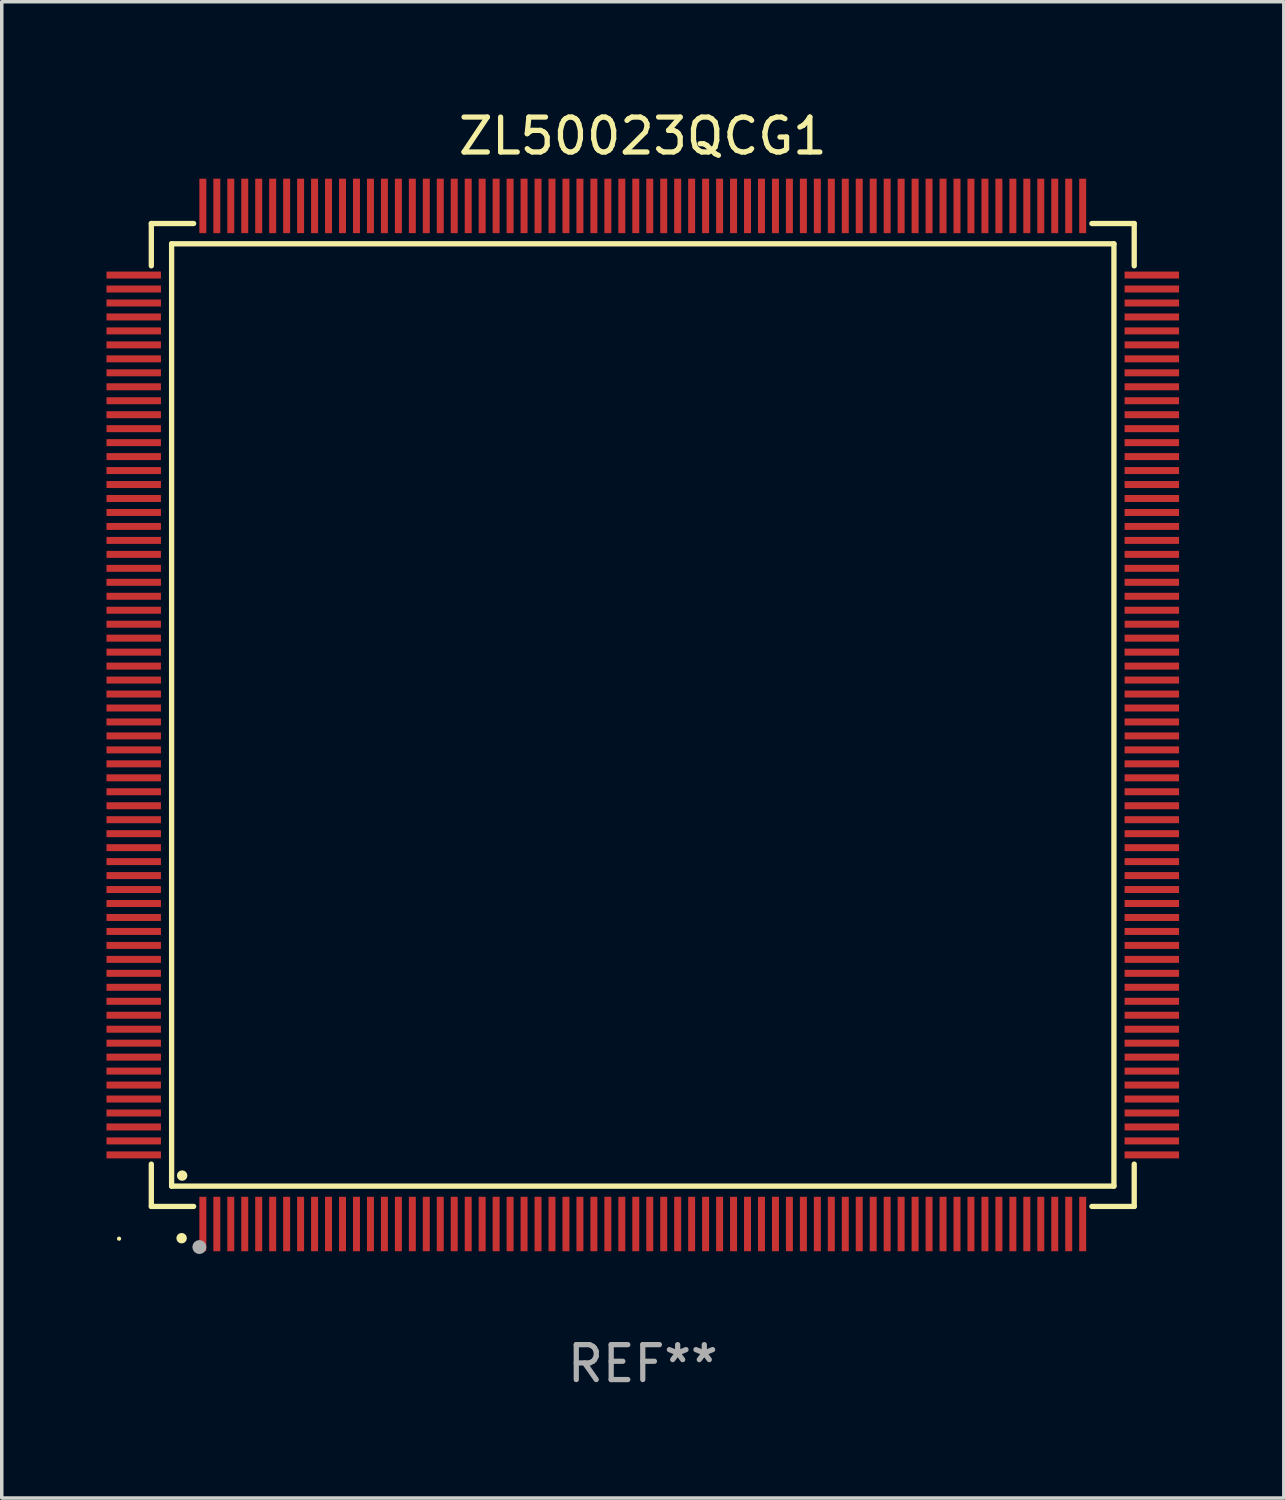
<source format=kicad_pcb>
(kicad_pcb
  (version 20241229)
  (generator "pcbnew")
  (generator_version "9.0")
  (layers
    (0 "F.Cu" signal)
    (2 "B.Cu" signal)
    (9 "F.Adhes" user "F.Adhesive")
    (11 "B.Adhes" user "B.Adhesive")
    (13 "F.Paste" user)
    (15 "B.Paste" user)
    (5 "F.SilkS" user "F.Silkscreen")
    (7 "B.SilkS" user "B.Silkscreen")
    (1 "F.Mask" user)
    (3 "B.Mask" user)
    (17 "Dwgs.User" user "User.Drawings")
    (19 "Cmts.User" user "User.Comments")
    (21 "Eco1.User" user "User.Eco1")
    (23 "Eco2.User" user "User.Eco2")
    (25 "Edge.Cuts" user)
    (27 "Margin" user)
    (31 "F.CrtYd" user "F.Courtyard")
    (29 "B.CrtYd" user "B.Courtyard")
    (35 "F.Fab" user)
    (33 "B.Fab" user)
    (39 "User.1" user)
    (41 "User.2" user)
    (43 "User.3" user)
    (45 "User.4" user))
  (footprint "ZL50023QCG1"
    (layer "F.Cu")
    (at 15.36 17.428)
    (property "Reference" "ZL50023QCG1" (at 0 -16.58 0) (layer "F.SilkS") (effects (font (size 1 1) (thickness 0.15))))
    (attr through_hole)
    (fp_line (start -14.076 -14.076) (end -14.076 -12.864) (stroke (width 0.152) (type solid)) (layer "F.SilkS"))
    (fp_line (start -14.076 14.076) (end -14.076 12.864) (stroke (width 0.152) (type solid)) (layer "F.SilkS"))
    (fp_line (start -13.495 -13.495) (end 13.495 -13.495) (stroke (width 0.152) (type solid)) (layer "F.SilkS"))
    (fp_line (start -13.495 13.495) (end -13.495 -13.495) (stroke (width 0.152) (type solid)) (layer "F.SilkS"))
    (fp_line (start -12.864 -14.076) (end -14.076 -14.076) (stroke (width 0.152) (type solid)) (layer "F.SilkS"))
    (fp_line (start -12.864 14.076) (end -14.076 14.076) (stroke (width 0.152) (type solid)) (layer "F.SilkS"))
    (fp_line (start 12.864 -14.076) (end 14.076 -14.076) (stroke (width 0.152) (type solid)) (layer "F.SilkS"))
    (fp_line (start 12.864 14.076) (end 14.076 14.076) (stroke (width 0.152) (type solid)) (layer "F.SilkS"))
    (fp_line (start 13.495 -13.495) (end 13.495 13.495) (stroke (width 0.152) (type solid)) (layer "F.SilkS"))
    (fp_line (start 13.495 13.495) (end -13.495 13.495) (stroke (width 0.152) (type solid)) (layer "F.SilkS"))
    (fp_line (start 14.076 -14.076) (end 14.076 -12.864) (stroke (width 0.152) (type solid)) (layer "F.SilkS"))
    (fp_line (start 14.076 14.076) (end 14.076 12.864) (stroke (width 0.152) (type solid)) (layer "F.SilkS"))
    (fp_circle (center -15 15) (end -14.97 15) (stroke (width 0.06) (type solid)) (fill no) (layer "F.SilkS"))
    (fp_circle (center -13.208 14.986) (end -13.133 14.986) (stroke (width 0.15) (type solid)) (fill no) (layer "F.SilkS"))
    (fp_circle (center -13.193 13.193) (end -13.118 13.193) (stroke (width 0.15) (type solid)) (fill no) (layer "F.SilkS"))
    (fp_circle (center -12.7 15.24) (end -12.6 15.24) (stroke (width 0.2) (type solid)) (fill no) (layer "F.Fab"))
    (fp_text user "REF**" (at 0 18.58 0) (layer "F.Fab") (effects (font (size 1 1) (thickness 0.15))))
    (pad "1" smd rect (at -12.6 14.58) (size 0.2 1.56) (layers "F.Cu" "F.Mask" "F.Paste"))
    (pad "2" smd rect (at -12.2 14.58) (size 0.2 1.56) (layers "F.Cu" "F.Mask" "F.Paste"))
    (pad "3" smd rect (at -11.8 14.58) (size 0.2 1.56) (layers "F.Cu" "F.Mask" "F.Paste"))
    (pad "4" smd rect (at -11.4 14.58) (size 0.2 1.56) (layers "F.Cu" "F.Mask" "F.Paste"))
    (pad "5" smd rect (at -11 14.58) (size 0.2 1.56) (layers "F.Cu" "F.Mask" "F.Paste"))
    (pad "6" smd rect (at -10.6 14.58) (size 0.2 1.56) (layers "F.Cu" "F.Mask" "F.Paste"))
    (pad "7" smd rect (at -10.2 14.58) (size 0.2 1.56) (layers "F.Cu" "F.Mask" "F.Paste"))
    (pad "8" smd rect (at -9.8 14.58) (size 0.2 1.56) (layers "F.Cu" "F.Mask" "F.Paste"))
    (pad "9" smd rect (at -9.4 14.58) (size 0.2 1.56) (layers "F.Cu" "F.Mask" "F.Paste"))
    (pad "10" smd rect (at -9 14.58) (size 0.2 1.56) (layers "F.Cu" "F.Mask" "F.Paste"))
    (pad "11" smd rect (at -8.6 14.58) (size 0.2 1.56) (layers "F.Cu" "F.Mask" "F.Paste"))
    (pad "12" smd rect (at -8.2 14.58) (size 0.2 1.56) (layers "F.Cu" "F.Mask" "F.Paste"))
    (pad "13" smd rect (at -7.8 14.58) (size 0.2 1.56) (layers "F.Cu" "F.Mask" "F.Paste"))
    (pad "14" smd rect (at -7.4 14.58) (size 0.2 1.56) (layers "F.Cu" "F.Mask" "F.Paste"))
    (pad "15" smd rect (at -7 14.58) (size 0.2 1.56) (layers "F.Cu" "F.Mask" "F.Paste"))
    (pad "16" smd rect (at -6.6 14.58) (size 0.2 1.56) (layers "F.Cu" "F.Mask" "F.Paste"))
    (pad "17" smd rect (at -6.2 14.58) (size 0.2 1.56) (layers "F.Cu" "F.Mask" "F.Paste"))
    (pad "18" smd rect (at -5.8 14.58) (size 0.2 1.56) (layers "F.Cu" "F.Mask" "F.Paste"))
    (pad "19" smd rect (at -5.4 14.58) (size 0.2 1.56) (layers "F.Cu" "F.Mask" "F.Paste"))
    (pad "20" smd rect (at -5 14.58) (size 0.2 1.56) (layers "F.Cu" "F.Mask" "F.Paste"))
    (pad "21" smd rect (at -4.6 14.58) (size 0.2 1.56) (layers "F.Cu" "F.Mask" "F.Paste"))
    (pad "22" smd rect (at -4.2 14.58) (size 0.2 1.56) (layers "F.Cu" "F.Mask" "F.Paste"))
    (pad "23" smd rect (at -3.8 14.58) (size 0.2 1.56) (layers "F.Cu" "F.Mask" "F.Paste"))
    (pad "24" smd rect (at -3.4 14.58) (size 0.2 1.56) (layers "F.Cu" "F.Mask" "F.Paste"))
    (pad "25" smd rect (at -3 14.58) (size 0.2 1.56) (layers "F.Cu" "F.Mask" "F.Paste"))
    (pad "26" smd rect (at -2.6 14.58) (size 0.2 1.56) (layers "F.Cu" "F.Mask" "F.Paste"))
    (pad "27" smd rect (at -2.2 14.58) (size 0.2 1.56) (layers "F.Cu" "F.Mask" "F.Paste"))
    (pad "28" smd rect (at -1.8 14.58) (size 0.2 1.56) (layers "F.Cu" "F.Mask" "F.Paste"))
    (pad "29" smd rect (at -1.4 14.58) (size 0.2 1.56) (layers "F.Cu" "F.Mask" "F.Paste"))
    (pad "30" smd rect (at -1 14.58) (size 0.2 1.56) (layers "F.Cu" "F.Mask" "F.Paste"))
    (pad "31" smd rect (at -0.6 14.58) (size 0.2 1.56) (layers "F.Cu" "F.Mask" "F.Paste"))
    (pad "32" smd rect (at -0.2 14.58) (size 0.2 1.56) (layers "F.Cu" "F.Mask" "F.Paste"))
    (pad "33" smd rect (at 0.2 14.58) (size 0.2 1.56) (layers "F.Cu" "F.Mask" "F.Paste"))
    (pad "34" smd rect (at 0.6 14.58) (size 0.2 1.56) (layers "F.Cu" "F.Mask" "F.Paste"))
    (pad "35" smd rect (at 1 14.58) (size 0.2 1.56) (layers "F.Cu" "F.Mask" "F.Paste"))
    (pad "36" smd rect (at 1.4 14.58) (size 0.2 1.56) (layers "F.Cu" "F.Mask" "F.Paste"))
    (pad "37" smd rect (at 1.8 14.58) (size 0.2 1.56) (layers "F.Cu" "F.Mask" "F.Paste"))
    (pad "38" smd rect (at 2.2 14.58) (size 0.2 1.56) (layers "F.Cu" "F.Mask" "F.Paste"))
    (pad "39" smd rect (at 2.6 14.58) (size 0.2 1.56) (layers "F.Cu" "F.Mask" "F.Paste"))
    (pad "40" smd rect (at 3 14.58) (size 0.2 1.56) (layers "F.Cu" "F.Mask" "F.Paste"))
    (pad "41" smd rect (at 3.4 14.58) (size 0.2 1.56) (layers "F.Cu" "F.Mask" "F.Paste"))
    (pad "42" smd rect (at 3.8 14.58) (size 0.2 1.56) (layers "F.Cu" "F.Mask" "F.Paste"))
    (pad "43" smd rect (at 4.2 14.58) (size 0.2 1.56) (layers "F.Cu" "F.Mask" "F.Paste"))
    (pad "44" smd rect (at 4.6 14.58) (size 0.2 1.56) (layers "F.Cu" "F.Mask" "F.Paste"))
    (pad "45" smd rect (at 5 14.58) (size 0.2 1.56) (layers "F.Cu" "F.Mask" "F.Paste"))
    (pad "46" smd rect (at 5.4 14.58) (size 0.2 1.56) (layers "F.Cu" "F.Mask" "F.Paste"))
    (pad "47" smd rect (at 5.8 14.58) (size 0.2 1.56) (layers "F.Cu" "F.Mask" "F.Paste"))
    (pad "48" smd rect (at 6.2 14.58) (size 0.2 1.56) (layers "F.Cu" "F.Mask" "F.Paste"))
    (pad "49" smd rect (at 6.6 14.58) (size 0.2 1.56) (layers "F.Cu" "F.Mask" "F.Paste"))
    (pad "50" smd rect (at 7 14.58) (size 0.2 1.56) (layers "F.Cu" "F.Mask" "F.Paste"))
    (pad "51" smd rect (at 7.4 14.58) (size 0.2 1.56) (layers "F.Cu" "F.Mask" "F.Paste"))
    (pad "52" smd rect (at 7.8 14.58) (size 0.2 1.56) (layers "F.Cu" "F.Mask" "F.Paste"))
    (pad "53" smd rect (at 8.2 14.58) (size 0.2 1.56) (layers "F.Cu" "F.Mask" "F.Paste"))
    (pad "54" smd rect (at 8.6 14.58) (size 0.2 1.56) (layers "F.Cu" "F.Mask" "F.Paste"))
    (pad "55" smd rect (at 9 14.58) (size 0.2 1.56) (layers "F.Cu" "F.Mask" "F.Paste"))
    (pad "56" smd rect (at 9.4 14.58) (size 0.2 1.56) (layers "F.Cu" "F.Mask" "F.Paste"))
    (pad "57" smd rect (at 9.8 14.58) (size 0.2 1.56) (layers "F.Cu" "F.Mask" "F.Paste"))
    (pad "58" smd rect (at 10.2 14.58) (size 0.2 1.56) (layers "F.Cu" "F.Mask" "F.Paste"))
    (pad "59" smd rect (at 10.6 14.58) (size 0.2 1.56) (layers "F.Cu" "F.Mask" "F.Paste"))
    (pad "60" smd rect (at 11 14.58) (size 0.2 1.56) (layers "F.Cu" "F.Mask" "F.Paste"))
    (pad "61" smd rect (at 11.4 14.58) (size 0.2 1.56) (layers "F.Cu" "F.Mask" "F.Paste"))
    (pad "62" smd rect (at 11.8 14.58) (size 0.2 1.56) (layers "F.Cu" "F.Mask" "F.Paste"))
    (pad "63" smd rect (at 12.2 14.58) (size 0.2 1.56) (layers "F.Cu" "F.Mask" "F.Paste"))
    (pad "64" smd rect (at 12.6 14.58) (size 0.2 1.56) (layers "F.Cu" "F.Mask" "F.Paste"))
    (pad "65" smd rect (at 14.58 12.6) (size 1.56 0.2) (layers "F.Cu" "F.Mask" "F.Paste"))
    (pad "66" smd rect (at 14.58 12.2) (size 1.56 0.2) (layers "F.Cu" "F.Mask" "F.Paste"))
    (pad "67" smd rect (at 14.58 11.8) (size 1.56 0.2) (layers "F.Cu" "F.Mask" "F.Paste"))
    (pad "68" smd rect (at 14.58 11.4) (size 1.56 0.2) (layers "F.Cu" "F.Mask" "F.Paste"))
    (pad "69" smd rect (at 14.58 11) (size 1.56 0.2) (layers "F.Cu" "F.Mask" "F.Paste"))
    (pad "70" smd rect (at 14.58 10.6) (size 1.56 0.2) (layers "F.Cu" "F.Mask" "F.Paste"))
    (pad "71" smd rect (at 14.58 10.2) (size 1.56 0.2) (layers "F.Cu" "F.Mask" "F.Paste"))
    (pad "72" smd rect (at 14.58 9.8) (size 1.56 0.2) (layers "F.Cu" "F.Mask" "F.Paste"))
    (pad "73" smd rect (at 14.58 9.4) (size 1.56 0.2) (layers "F.Cu" "F.Mask" "F.Paste"))
    (pad "74" smd rect (at 14.58 9) (size 1.56 0.2) (layers "F.Cu" "F.Mask" "F.Paste"))
    (pad "75" smd rect (at 14.58 8.6) (size 1.56 0.2) (layers "F.Cu" "F.Mask" "F.Paste"))
    (pad "76" smd rect (at 14.58 8.2) (size 1.56 0.2) (layers "F.Cu" "F.Mask" "F.Paste"))
    (pad "77" smd rect (at 14.58 7.8) (size 1.56 0.2) (layers "F.Cu" "F.Mask" "F.Paste"))
    (pad "78" smd rect (at 14.58 7.4) (size 1.56 0.2) (layers "F.Cu" "F.Mask" "F.Paste"))
    (pad "79" smd rect (at 14.58 7) (size 1.56 0.2) (layers "F.Cu" "F.Mask" "F.Paste"))
    (pad "80" smd rect (at 14.58 6.6) (size 1.56 0.2) (layers "F.Cu" "F.Mask" "F.Paste"))
    (pad "81" smd rect (at 14.58 6.2) (size 1.56 0.2) (layers "F.Cu" "F.Mask" "F.Paste"))
    (pad "82" smd rect (at 14.58 5.8) (size 1.56 0.2) (layers "F.Cu" "F.Mask" "F.Paste"))
    (pad "83" smd rect (at 14.58 5.4) (size 1.56 0.2) (layers "F.Cu" "F.Mask" "F.Paste"))
    (pad "84" smd rect (at 14.58 5) (size 1.56 0.2) (layers "F.Cu" "F.Mask" "F.Paste"))
    (pad "85" smd rect (at 14.58 4.6) (size 1.56 0.2) (layers "F.Cu" "F.Mask" "F.Paste"))
    (pad "86" smd rect (at 14.58 4.2) (size 1.56 0.2) (layers "F.Cu" "F.Mask" "F.Paste"))
    (pad "87" smd rect (at 14.58 3.8) (size 1.56 0.2) (layers "F.Cu" "F.Mask" "F.Paste"))
    (pad "88" smd rect (at 14.58 3.4) (size 1.56 0.2) (layers "F.Cu" "F.Mask" "F.Paste"))
    (pad "89" smd rect (at 14.58 3) (size 1.56 0.2) (layers "F.Cu" "F.Mask" "F.Paste"))
    (pad "90" smd rect (at 14.58 2.6) (size 1.56 0.2) (layers "F.Cu" "F.Mask" "F.Paste"))
    (pad "91" smd rect (at 14.58 2.2) (size 1.56 0.2) (layers "F.Cu" "F.Mask" "F.Paste"))
    (pad "92" smd rect (at 14.58 1.8) (size 1.56 0.2) (layers "F.Cu" "F.Mask" "F.Paste"))
    (pad "93" smd rect (at 14.58 1.4) (size 1.56 0.2) (layers "F.Cu" "F.Mask" "F.Paste"))
    (pad "94" smd rect (at 14.58 1) (size 1.56 0.2) (layers "F.Cu" "F.Mask" "F.Paste"))
    (pad "95" smd rect (at 14.58 0.6) (size 1.56 0.2) (layers "F.Cu" "F.Mask" "F.Paste"))
    (pad "96" smd rect (at 14.58 0.2) (size 1.56 0.2) (layers "F.Cu" "F.Mask" "F.Paste"))
    (pad "97" smd rect (at 14.58 -0.2) (size 1.56 0.2) (layers "F.Cu" "F.Mask" "F.Paste"))
    (pad "98" smd rect (at 14.58 -0.6) (size 1.56 0.2) (layers "F.Cu" "F.Mask" "F.Paste"))
    (pad "99" smd rect (at 14.58 -1) (size 1.56 0.2) (layers "F.Cu" "F.Mask" "F.Paste"))
    (pad "100" smd rect (at 14.58 -1.4) (size 1.56 0.2) (layers "F.Cu" "F.Mask" "F.Paste"))
    (pad "101" smd rect (at 14.58 -1.8) (size 1.56 0.2) (layers "F.Cu" "F.Mask" "F.Paste"))
    (pad "102" smd rect (at 14.58 -2.2) (size 1.56 0.2) (layers "F.Cu" "F.Mask" "F.Paste"))
    (pad "103" smd rect (at 14.58 -2.6) (size 1.56 0.2) (layers "F.Cu" "F.Mask" "F.Paste"))
    (pad "104" smd rect (at 14.58 -3) (size 1.56 0.2) (layers "F.Cu" "F.Mask" "F.Paste"))
    (pad "105" smd rect (at 14.58 -3.4) (size 1.56 0.2) (layers "F.Cu" "F.Mask" "F.Paste"))
    (pad "106" smd rect (at 14.58 -3.8) (size 1.56 0.2) (layers "F.Cu" "F.Mask" "F.Paste"))
    (pad "107" smd rect (at 14.58 -4.2) (size 1.56 0.2) (layers "F.Cu" "F.Mask" "F.Paste"))
    (pad "108" smd rect (at 14.58 -4.6) (size 1.56 0.2) (layers "F.Cu" "F.Mask" "F.Paste"))
    (pad "109" smd rect (at 14.58 -5) (size 1.56 0.2) (layers "F.Cu" "F.Mask" "F.Paste"))
    (pad "110" smd rect (at 14.58 -5.4) (size 1.56 0.2) (layers "F.Cu" "F.Mask" "F.Paste"))
    (pad "111" smd rect (at 14.58 -5.8) (size 1.56 0.2) (layers "F.Cu" "F.Mask" "F.Paste"))
    (pad "112" smd rect (at 14.58 -6.2) (size 1.56 0.2) (layers "F.Cu" "F.Mask" "F.Paste"))
    (pad "113" smd rect (at 14.58 -6.6) (size 1.56 0.2) (layers "F.Cu" "F.Mask" "F.Paste"))
    (pad "114" smd rect (at 14.58 -7) (size 1.56 0.2) (layers "F.Cu" "F.Mask" "F.Paste"))
    (pad "115" smd rect (at 14.58 -7.4) (size 1.56 0.2) (layers "F.Cu" "F.Mask" "F.Paste"))
    (pad "116" smd rect (at 14.58 -7.8) (size 1.56 0.2) (layers "F.Cu" "F.Mask" "F.Paste"))
    (pad "117" smd rect (at 14.58 -8.2) (size 1.56 0.2) (layers "F.Cu" "F.Mask" "F.Paste"))
    (pad "118" smd rect (at 14.58 -8.6) (size 1.56 0.2) (layers "F.Cu" "F.Mask" "F.Paste"))
    (pad "119" smd rect (at 14.58 -9) (size 1.56 0.2) (layers "F.Cu" "F.Mask" "F.Paste"))
    (pad "120" smd rect (at 14.58 -9.4) (size 1.56 0.2) (layers "F.Cu" "F.Mask" "F.Paste"))
    (pad "121" smd rect (at 14.58 -9.8) (size 1.56 0.2) (layers "F.Cu" "F.Mask" "F.Paste"))
    (pad "122" smd rect (at 14.58 -10.2) (size 1.56 0.2) (layers "F.Cu" "F.Mask" "F.Paste"))
    (pad "123" smd rect (at 14.58 -10.6) (size 1.56 0.2) (layers "F.Cu" "F.Mask" "F.Paste"))
    (pad "124" smd rect (at 14.58 -11) (size 1.56 0.2) (layers "F.Cu" "F.Mask" "F.Paste"))
    (pad "125" smd rect (at 14.58 -11.4) (size 1.56 0.2) (layers "F.Cu" "F.Mask" "F.Paste"))
    (pad "126" smd rect (at 14.58 -11.8) (size 1.56 0.2) (layers "F.Cu" "F.Mask" "F.Paste"))
    (pad "127" smd rect (at 14.58 -12.2) (size 1.56 0.2) (layers "F.Cu" "F.Mask" "F.Paste"))
    (pad "128" smd rect (at 14.58 -12.6) (size 1.56 0.2) (layers "F.Cu" "F.Mask" "F.Paste"))
    (pad "129" smd rect (at 12.6 -14.58) (size 0.2 1.56) (layers "F.Cu" "F.Mask" "F.Paste"))
    (pad "130" smd rect (at 12.2 -14.58) (size 0.2 1.56) (layers "F.Cu" "F.Mask" "F.Paste"))
    (pad "131" smd rect (at 11.8 -14.58) (size 0.2 1.56) (layers "F.Cu" "F.Mask" "F.Paste"))
    (pad "132" smd rect (at 11.4 -14.58) (size 0.2 1.56) (layers "F.Cu" "F.Mask" "F.Paste"))
    (pad "133" smd rect (at 11 -14.58) (size 0.2 1.56) (layers "F.Cu" "F.Mask" "F.Paste"))
    (pad "134" smd rect (at 10.6 -14.58) (size 0.2 1.56) (layers "F.Cu" "F.Mask" "F.Paste"))
    (pad "135" smd rect (at 10.2 -14.58) (size 0.2 1.56) (layers "F.Cu" "F.Mask" "F.Paste"))
    (pad "136" smd rect (at 9.8 -14.58) (size 0.2 1.56) (layers "F.Cu" "F.Mask" "F.Paste"))
    (pad "137" smd rect (at 9.4 -14.58) (size 0.2 1.56) (layers "F.Cu" "F.Mask" "F.Paste"))
    (pad "138" smd rect (at 9 -14.58) (size 0.2 1.56) (layers "F.Cu" "F.Mask" "F.Paste"))
    (pad "139" smd rect (at 8.6 -14.58) (size 0.2 1.56) (layers "F.Cu" "F.Mask" "F.Paste"))
    (pad "140" smd rect (at 8.2 -14.58) (size 0.2 1.56) (layers "F.Cu" "F.Mask" "F.Paste"))
    (pad "141" smd rect (at 7.8 -14.58) (size 0.2 1.56) (layers "F.Cu" "F.Mask" "F.Paste"))
    (pad "142" smd rect (at 7.4 -14.58) (size 0.2 1.56) (layers "F.Cu" "F.Mask" "F.Paste"))
    (pad "143" smd rect (at 7 -14.58) (size 0.2 1.56) (layers "F.Cu" "F.Mask" "F.Paste"))
    (pad "144" smd rect (at 6.6 -14.58) (size 0.2 1.56) (layers "F.Cu" "F.Mask" "F.Paste"))
    (pad "145" smd rect (at 6.2 -14.58) (size 0.2 1.56) (layers "F.Cu" "F.Mask" "F.Paste"))
    (pad "146" smd rect (at 5.8 -14.58) (size 0.2 1.56) (layers "F.Cu" "F.Mask" "F.Paste"))
    (pad "147" smd rect (at 5.4 -14.58) (size 0.2 1.56) (layers "F.Cu" "F.Mask" "F.Paste"))
    (pad "148" smd rect (at 5 -14.58) (size 0.2 1.56) (layers "F.Cu" "F.Mask" "F.Paste"))
    (pad "149" smd rect (at 4.6 -14.58) (size 0.2 1.56) (layers "F.Cu" "F.Mask" "F.Paste"))
    (pad "150" smd rect (at 4.2 -14.58) (size 0.2 1.56) (layers "F.Cu" "F.Mask" "F.Paste"))
    (pad "151" smd rect (at 3.8 -14.58) (size 0.2 1.56) (layers "F.Cu" "F.Mask" "F.Paste"))
    (pad "152" smd rect (at 3.4 -14.58) (size 0.2 1.56) (layers "F.Cu" "F.Mask" "F.Paste"))
    (pad "153" smd rect (at 3 -14.58) (size 0.2 1.56) (layers "F.Cu" "F.Mask" "F.Paste"))
    (pad "154" smd rect (at 2.6 -14.58) (size 0.2 1.56) (layers "F.Cu" "F.Mask" "F.Paste"))
    (pad "155" smd rect (at 2.2 -14.58) (size 0.2 1.56) (layers "F.Cu" "F.Mask" "F.Paste"))
    (pad "156" smd rect (at 1.8 -14.58) (size 0.2 1.56) (layers "F.Cu" "F.Mask" "F.Paste"))
    (pad "157" smd rect (at 1.4 -14.58) (size 0.2 1.56) (layers "F.Cu" "F.Mask" "F.Paste"))
    (pad "158" smd rect (at 1 -14.58) (size 0.2 1.56) (layers "F.Cu" "F.Mask" "F.Paste"))
    (pad "159" smd rect (at 0.6 -14.58) (size 0.2 1.56) (layers "F.Cu" "F.Mask" "F.Paste"))
    (pad "160" smd rect (at 0.2 -14.58) (size 0.2 1.56) (layers "F.Cu" "F.Mask" "F.Paste"))
    (pad "161" smd rect (at -0.2 -14.58) (size 0.2 1.56) (layers "F.Cu" "F.Mask" "F.Paste"))
    (pad "162" smd rect (at -0.6 -14.58) (size 0.2 1.56) (layers "F.Cu" "F.Mask" "F.Paste"))
    (pad "163" smd rect (at -1 -14.58) (size 0.2 1.56) (layers "F.Cu" "F.Mask" "F.Paste"))
    (pad "164" smd rect (at -1.4 -14.58) (size 0.2 1.56) (layers "F.Cu" "F.Mask" "F.Paste"))
    (pad "165" smd rect (at -1.8 -14.58) (size 0.2 1.56) (layers "F.Cu" "F.Mask" "F.Paste"))
    (pad "166" smd rect (at -2.2 -14.58) (size 0.2 1.56) (layers "F.Cu" "F.Mask" "F.Paste"))
    (pad "167" smd rect (at -2.6 -14.58) (size 0.2 1.56) (layers "F.Cu" "F.Mask" "F.Paste"))
    (pad "168" smd rect (at -3 -14.58) (size 0.2 1.56) (layers "F.Cu" "F.Mask" "F.Paste"))
    (pad "169" smd rect (at -3.4 -14.58) (size 0.2 1.56) (layers "F.Cu" "F.Mask" "F.Paste"))
    (pad "170" smd rect (at -3.8 -14.58) (size 0.2 1.56) (layers "F.Cu" "F.Mask" "F.Paste"))
    (pad "171" smd rect (at -4.2 -14.58) (size 0.2 1.56) (layers "F.Cu" "F.Mask" "F.Paste"))
    (pad "172" smd rect (at -4.6 -14.58) (size 0.2 1.56) (layers "F.Cu" "F.Mask" "F.Paste"))
    (pad "173" smd rect (at -5 -14.58) (size 0.2 1.56) (layers "F.Cu" "F.Mask" "F.Paste"))
    (pad "174" smd rect (at -5.4 -14.58) (size 0.2 1.56) (layers "F.Cu" "F.Mask" "F.Paste"))
    (pad "175" smd rect (at -5.8 -14.58) (size 0.2 1.56) (layers "F.Cu" "F.Mask" "F.Paste"))
    (pad "176" smd rect (at -6.2 -14.58) (size 0.2 1.56) (layers "F.Cu" "F.Mask" "F.Paste"))
    (pad "177" smd rect (at -6.6 -14.58) (size 0.2 1.56) (layers "F.Cu" "F.Mask" "F.Paste"))
    (pad "178" smd rect (at -7 -14.58) (size 0.2 1.56) (layers "F.Cu" "F.Mask" "F.Paste"))
    (pad "179" smd rect (at -7.4 -14.58) (size 0.2 1.56) (layers "F.Cu" "F.Mask" "F.Paste"))
    (pad "180" smd rect (at -7.8 -14.58) (size 0.2 1.56) (layers "F.Cu" "F.Mask" "F.Paste"))
    (pad "181" smd rect (at -8.2 -14.58) (size 0.2 1.56) (layers "F.Cu" "F.Mask" "F.Paste"))
    (pad "182" smd rect (at -8.6 -14.58) (size 0.2 1.56) (layers "F.Cu" "F.Mask" "F.Paste"))
    (pad "183" smd rect (at -9 -14.58) (size 0.2 1.56) (layers "F.Cu" "F.Mask" "F.Paste"))
    (pad "184" smd rect (at -9.4 -14.58) (size 0.2 1.56) (layers "F.Cu" "F.Mask" "F.Paste"))
    (pad "185" smd rect (at -9.8 -14.58) (size 0.2 1.56) (layers "F.Cu" "F.Mask" "F.Paste"))
    (pad "186" smd rect (at -10.2 -14.58) (size 0.2 1.56) (layers "F.Cu" "F.Mask" "F.Paste"))
    (pad "187" smd rect (at -10.6 -14.58) (size 0.2 1.56) (layers "F.Cu" "F.Mask" "F.Paste"))
    (pad "188" smd rect (at -11 -14.58) (size 0.2 1.56) (layers "F.Cu" "F.Mask" "F.Paste"))
    (pad "189" smd rect (at -11.4 -14.58) (size 0.2 1.56) (layers "F.Cu" "F.Mask" "F.Paste"))
    (pad "190" smd rect (at -11.8 -14.58) (size 0.2 1.56) (layers "F.Cu" "F.Mask" "F.Paste"))
    (pad "191" smd rect (at -12.2 -14.58) (size 0.2 1.56) (layers "F.Cu" "F.Mask" "F.Paste"))
    (pad "192" smd rect (at -12.6 -14.58) (size 0.2 1.56) (layers "F.Cu" "F.Mask" "F.Paste"))
    (pad "193" smd rect (at -14.58 -12.6) (size 1.56 0.2) (layers "F.Cu" "F.Mask" "F.Paste"))
    (pad "194" smd rect (at -14.58 -12.2) (size 1.56 0.2) (layers "F.Cu" "F.Mask" "F.Paste"))
    (pad "195" smd rect (at -14.58 -11.8) (size 1.56 0.2) (layers "F.Cu" "F.Mask" "F.Paste"))
    (pad "196" smd rect (at -14.58 -11.4) (size 1.56 0.2) (layers "F.Cu" "F.Mask" "F.Paste"))
    (pad "197" smd rect (at -14.58 -11) (size 1.56 0.2) (layers "F.Cu" "F.Mask" "F.Paste"))
    (pad "198" smd rect (at -14.58 -10.6) (size 1.56 0.2) (layers "F.Cu" "F.Mask" "F.Paste"))
    (pad "199" smd rect (at -14.58 -10.2) (size 1.56 0.2) (layers "F.Cu" "F.Mask" "F.Paste"))
    (pad "200" smd rect (at -14.58 -9.8) (size 1.56 0.2) (layers "F.Cu" "F.Mask" "F.Paste"))
    (pad "201" smd rect (at -14.58 -9.4) (size 1.56 0.2) (layers "F.Cu" "F.Mask" "F.Paste"))
    (pad "202" smd rect (at -14.58 -9) (size 1.56 0.2) (layers "F.Cu" "F.Mask" "F.Paste"))
    (pad "203" smd rect (at -14.58 -8.6) (size 1.56 0.2) (layers "F.Cu" "F.Mask" "F.Paste"))
    (pad "204" smd rect (at -14.58 -8.2) (size 1.56 0.2) (layers "F.Cu" "F.Mask" "F.Paste"))
    (pad "205" smd rect (at -14.58 -7.8) (size 1.56 0.2) (layers "F.Cu" "F.Mask" "F.Paste"))
    (pad "206" smd rect (at -14.58 -7.4) (size 1.56 0.2) (layers "F.Cu" "F.Mask" "F.Paste"))
    (pad "207" smd rect (at -14.58 -7) (size 1.56 0.2) (layers "F.Cu" "F.Mask" "F.Paste"))
    (pad "208" smd rect (at -14.58 -6.6) (size 1.56 0.2) (layers "F.Cu" "F.Mask" "F.Paste"))
    (pad "209" smd rect (at -14.58 -6.2) (size 1.56 0.2) (layers "F.Cu" "F.Mask" "F.Paste"))
    (pad "210" smd rect (at -14.58 -5.8) (size 1.56 0.2) (layers "F.Cu" "F.Mask" "F.Paste"))
    (pad "211" smd rect (at -14.58 -5.4) (size 1.56 0.2) (layers "F.Cu" "F.Mask" "F.Paste"))
    (pad "212" smd rect (at -14.58 -5) (size 1.56 0.2) (layers "F.Cu" "F.Mask" "F.Paste"))
    (pad "213" smd rect (at -14.58 -4.6) (size 1.56 0.2) (layers "F.Cu" "F.Mask" "F.Paste"))
    (pad "214" smd rect (at -14.58 -4.2) (size 1.56 0.2) (layers "F.Cu" "F.Mask" "F.Paste"))
    (pad "215" smd rect (at -14.58 -3.8) (size 1.56 0.2) (layers "F.Cu" "F.Mask" "F.Paste"))
    (pad "216" smd rect (at -14.58 -3.4) (size 1.56 0.2) (layers "F.Cu" "F.Mask" "F.Paste"))
    (pad "217" smd rect (at -14.58 -3) (size 1.56 0.2) (layers "F.Cu" "F.Mask" "F.Paste"))
    (pad "218" smd rect (at -14.58 -2.6) (size 1.56 0.2) (layers "F.Cu" "F.Mask" "F.Paste"))
    (pad "219" smd rect (at -14.58 -2.2) (size 1.56 0.2) (layers "F.Cu" "F.Mask" "F.Paste"))
    (pad "220" smd rect (at -14.58 -1.8) (size 1.56 0.2) (layers "F.Cu" "F.Mask" "F.Paste"))
    (pad "221" smd rect (at -14.58 -1.4) (size 1.56 0.2) (layers "F.Cu" "F.Mask" "F.Paste"))
    (pad "222" smd rect (at -14.58 -1) (size 1.56 0.2) (layers "F.Cu" "F.Mask" "F.Paste"))
    (pad "223" smd rect (at -14.58 -0.6) (size 1.56 0.2) (layers "F.Cu" "F.Mask" "F.Paste"))
    (pad "224" smd rect (at -14.58 -0.2) (size 1.56 0.2) (layers "F.Cu" "F.Mask" "F.Paste"))
    (pad "225" smd rect (at -14.58 0.2) (size 1.56 0.2) (layers "F.Cu" "F.Mask" "F.Paste"))
    (pad "226" smd rect (at -14.58 0.6) (size 1.56 0.2) (layers "F.Cu" "F.Mask" "F.Paste"))
    (pad "227" smd rect (at -14.58 1) (size 1.56 0.2) (layers "F.Cu" "F.Mask" "F.Paste"))
    (pad "228" smd rect (at -14.58 1.4) (size 1.56 0.2) (layers "F.Cu" "F.Mask" "F.Paste"))
    (pad "229" smd rect (at -14.58 1.8) (size 1.56 0.2) (layers "F.Cu" "F.Mask" "F.Paste"))
    (pad "230" smd rect (at -14.58 2.2) (size 1.56 0.2) (layers "F.Cu" "F.Mask" "F.Paste"))
    (pad "231" smd rect (at -14.58 2.6) (size 1.56 0.2) (layers "F.Cu" "F.Mask" "F.Paste"))
    (pad "232" smd rect (at -14.58 3) (size 1.56 0.2) (layers "F.Cu" "F.Mask" "F.Paste"))
    (pad "233" smd rect (at -14.58 3.4) (size 1.56 0.2) (layers "F.Cu" "F.Mask" "F.Paste"))
    (pad "234" smd rect (at -14.58 3.8) (size 1.56 0.2) (layers "F.Cu" "F.Mask" "F.Paste"))
    (pad "235" smd rect (at -14.58 4.2) (size 1.56 0.2) (layers "F.Cu" "F.Mask" "F.Paste"))
    (pad "236" smd rect (at -14.58 4.6) (size 1.56 0.2) (layers "F.Cu" "F.Mask" "F.Paste"))
    (pad "237" smd rect (at -14.58 5) (size 1.56 0.2) (layers "F.Cu" "F.Mask" "F.Paste"))
    (pad "238" smd rect (at -14.58 5.4) (size 1.56 0.2) (layers "F.Cu" "F.Mask" "F.Paste"))
    (pad "239" smd rect (at -14.58 5.8) (size 1.56 0.2) (layers "F.Cu" "F.Mask" "F.Paste"))
    (pad "240" smd rect (at -14.58 6.2) (size 1.56 0.2) (layers "F.Cu" "F.Mask" "F.Paste"))
    (pad "241" smd rect (at -14.58 6.6) (size 1.56 0.2) (layers "F.Cu" "F.Mask" "F.Paste"))
    (pad "242" smd rect (at -14.58 7) (size 1.56 0.2) (layers "F.Cu" "F.Mask" "F.Paste"))
    (pad "243" smd rect (at -14.58 7.4) (size 1.56 0.2) (layers "F.Cu" "F.Mask" "F.Paste"))
    (pad "244" smd rect (at -14.58 7.8) (size 1.56 0.2) (layers "F.Cu" "F.Mask" "F.Paste"))
    (pad "245" smd rect (at -14.58 8.2) (size 1.56 0.2) (layers "F.Cu" "F.Mask" "F.Paste"))
    (pad "246" smd rect (at -14.58 8.6) (size 1.56 0.2) (layers "F.Cu" "F.Mask" "F.Paste"))
    (pad "247" smd rect (at -14.58 9) (size 1.56 0.2) (layers "F.Cu" "F.Mask" "F.Paste"))
    (pad "248" smd rect (at -14.58 9.4) (size 1.56 0.2) (layers "F.Cu" "F.Mask" "F.Paste"))
    (pad "249" smd rect (at -14.58 9.8) (size 1.56 0.2) (layers "F.Cu" "F.Mask" "F.Paste"))
    (pad "250" smd rect (at -14.58 10.2) (size 1.56 0.2) (layers "F.Cu" "F.Mask" "F.Paste"))
    (pad "251" smd rect (at -14.58 10.6) (size 1.56 0.2) (layers "F.Cu" "F.Mask" "F.Paste"))
    (pad "252" smd rect (at -14.58 11) (size 1.56 0.2) (layers "F.Cu" "F.Mask" "F.Paste"))
    (pad "253" smd rect (at -14.58 11.4) (size 1.56 0.2) (layers "F.Cu" "F.Mask" "F.Paste"))
    (pad "254" smd rect (at -14.58 11.8) (size 1.56 0.2) (layers "F.Cu" "F.Mask" "F.Paste"))
    (pad "255" smd rect (at -14.58 12.2) (size 1.56 0.2) (layers "F.Cu" "F.Mask" "F.Paste"))
    (pad "256" smd rect (at -14.58 12.6) (size 1.56 0.2) (layers "F.Cu" "F.Mask" "F.Paste")))
  (gr_rect
    (start -3 -3)
    (end 33.72 39.856)
    (stroke (width 0.1) (type default))
    (fill no)
    (layer "Edge.Cuts")))
</source>
